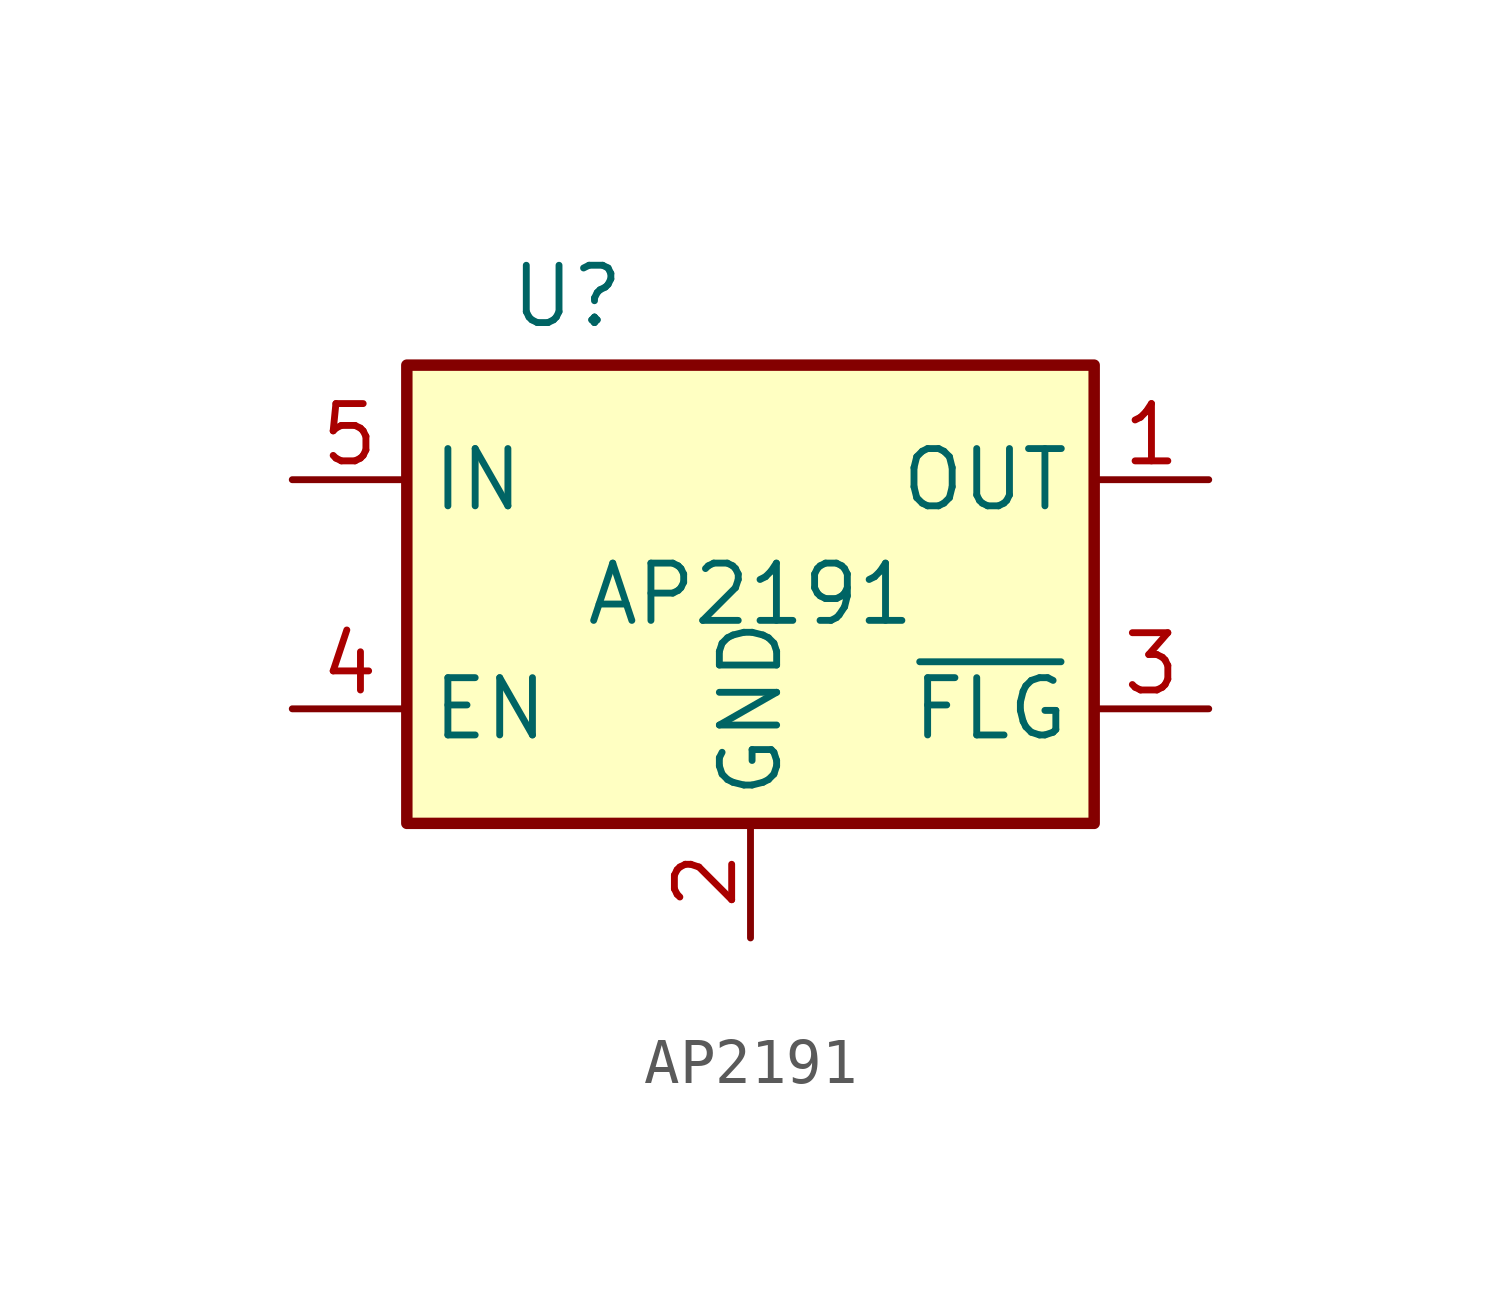
<source format=kicad_sym>
(kicad_symbol_lib
  (version 20230620)
  (generator kicad_symbol_editor)
  (symbol "AP2191"
    (property "Reference" "U"
      (at -4.064 6.604 0)
      (effects (font (size 1.27 1.27))))
    (property "Value" "AP2191"
      (at 0 0 0)
      (effects (font (size 1.27 1.27))))
    (symbol "AP2191_0_1"
      (rectangle (start -7.62 5.08) (end 7.62 -5.08) (stroke (width 0.254) (type default)) (fill (type background))))
    (symbol "AP2191_1_1"
      (pin power_out line (at 10.16 2.54 180) (length 2.54) (name "OUT" (effects (font (size 1.27 1.27)))) (number "1" (effects (font (size 1.27 1.27)))))
      (pin power_in line (at 0 -7.62 90) (length 2.54) (name "GND" (effects (font (size 1.27 1.27)))) (number "2" (effects (font (size 1.27 1.27)))))
      (pin open_collector line (at 10.16 -2.54 180) (length 2.54) (name "~{FLG}" (effects (font (size 1.27 1.27)))) (number "3" (effects (font (size 1.27 1.27)))))
      (pin input line (at -10.16 -2.54 0) (length 2.54) (name "EN" (effects (font (size 1.27 1.27)))) (number "4" (effects (font (size 1.27 1.27)))))
      (pin power_in line (at -10.16 2.54 0) (length 2.54) (name "IN" (effects (font (size 1.27 1.27)))) (number "5" (effects (font (size 1.27 1.27))))))))
</source>
